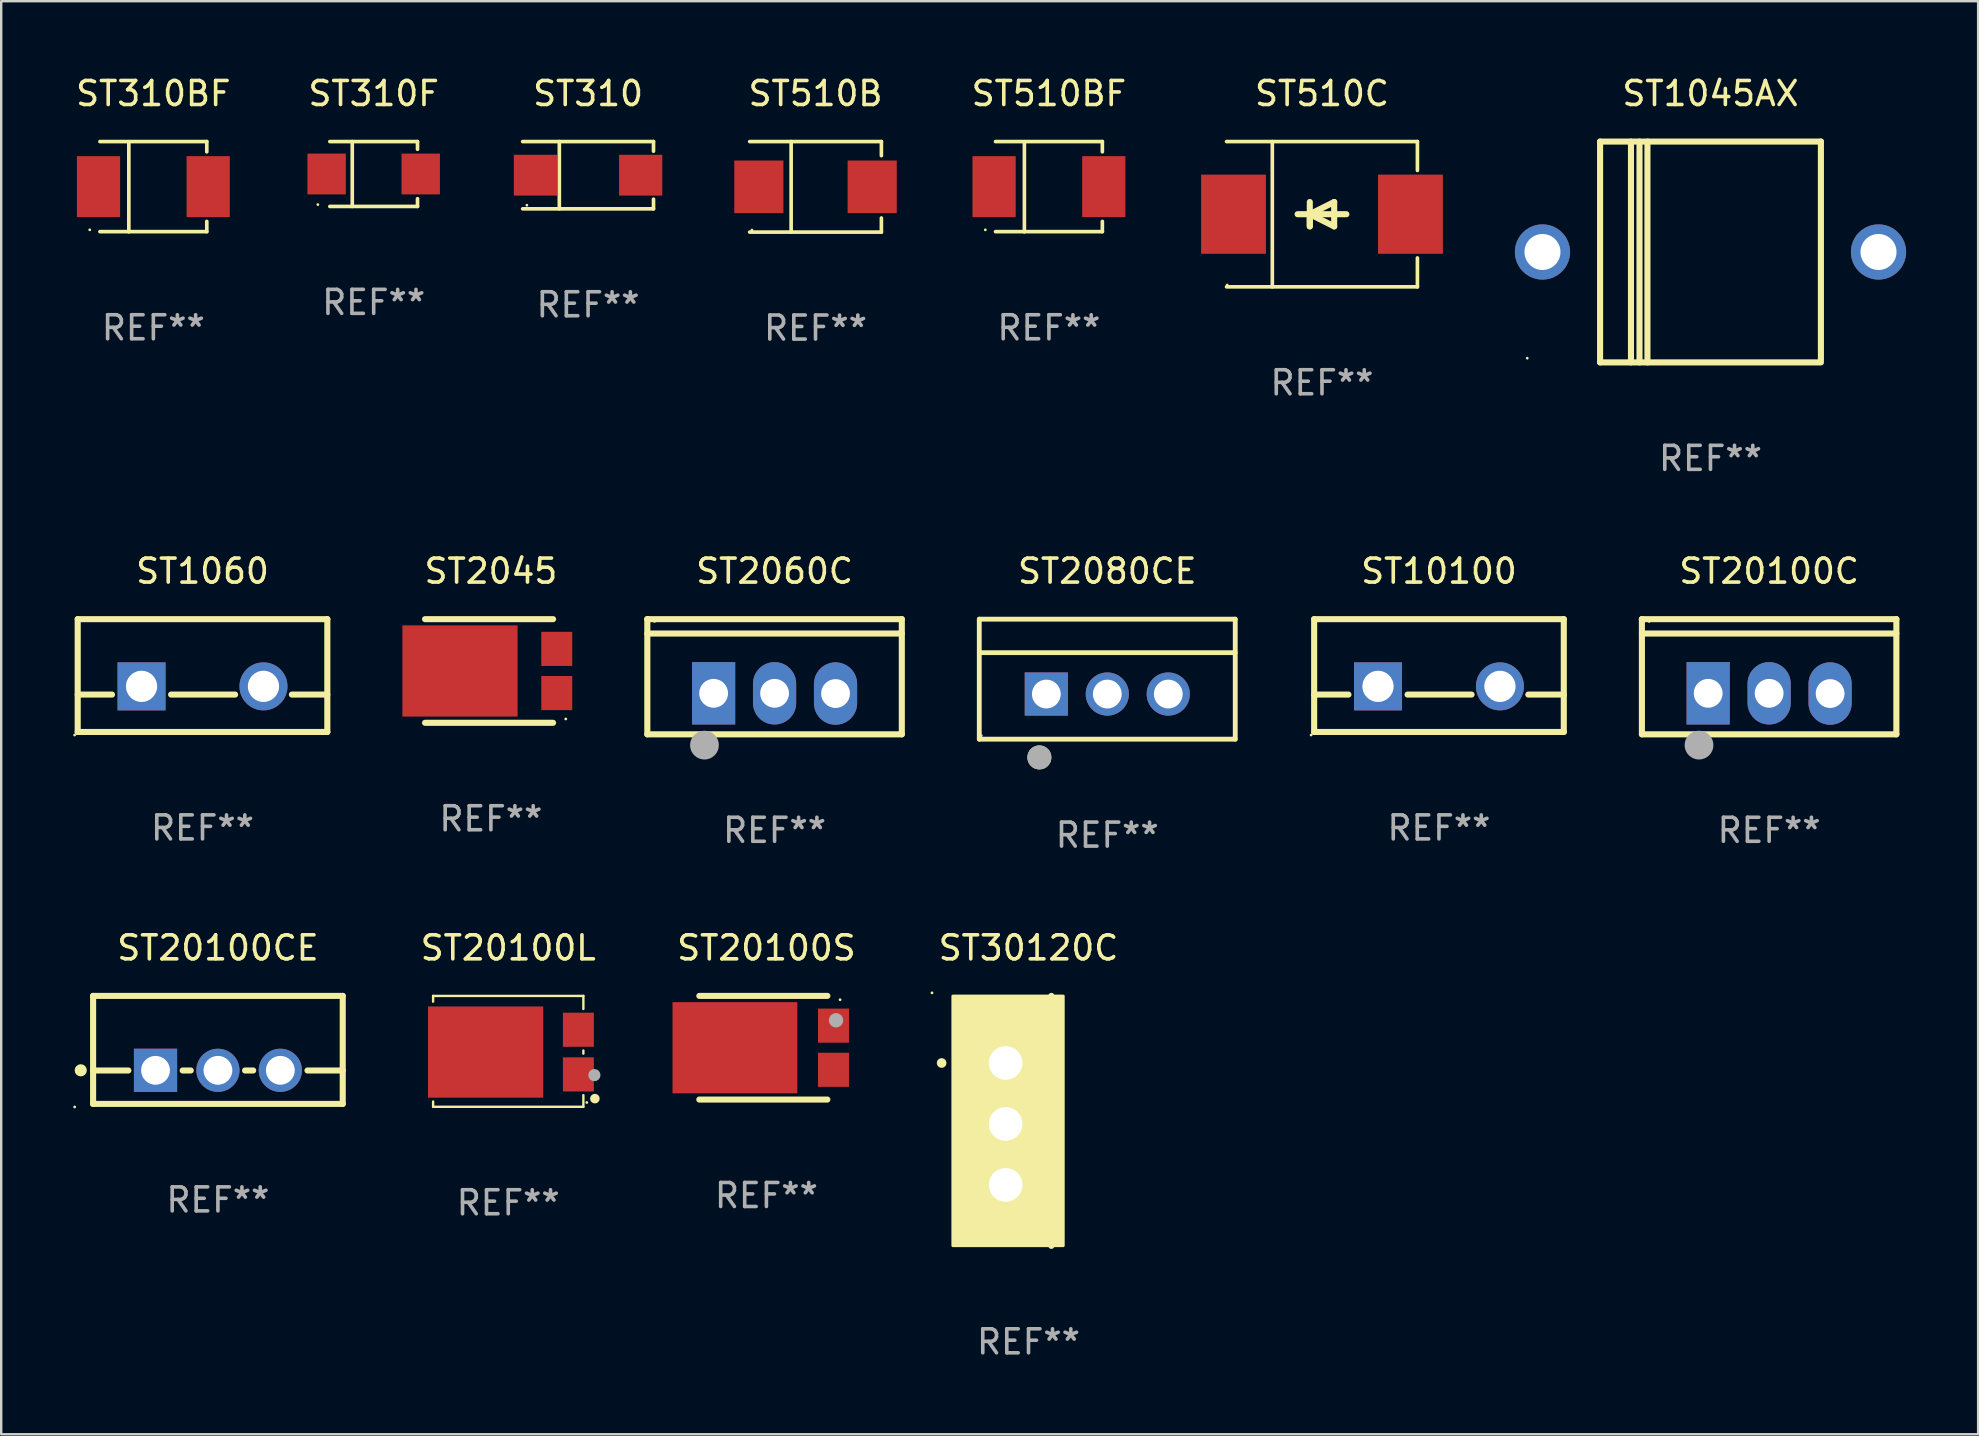
<source format=kicad_pcb>
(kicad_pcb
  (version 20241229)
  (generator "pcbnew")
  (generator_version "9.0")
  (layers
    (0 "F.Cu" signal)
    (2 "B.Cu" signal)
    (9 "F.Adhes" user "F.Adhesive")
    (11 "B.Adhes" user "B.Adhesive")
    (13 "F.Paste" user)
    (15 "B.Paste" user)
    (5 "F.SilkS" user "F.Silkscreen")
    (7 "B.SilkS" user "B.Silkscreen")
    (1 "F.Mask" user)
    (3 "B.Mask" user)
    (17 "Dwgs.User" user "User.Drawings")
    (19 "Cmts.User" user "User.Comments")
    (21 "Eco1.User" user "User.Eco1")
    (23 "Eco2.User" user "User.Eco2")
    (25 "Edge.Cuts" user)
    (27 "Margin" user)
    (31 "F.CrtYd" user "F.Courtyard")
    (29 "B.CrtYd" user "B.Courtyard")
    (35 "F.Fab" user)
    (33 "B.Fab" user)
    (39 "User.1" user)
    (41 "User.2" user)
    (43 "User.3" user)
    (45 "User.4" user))
  (footprint "ST2060C"
    (layer "F.Cu")
    (at 29.22 25.144)
    (property "Reference" "ST2060C" (at 0 -4.399 0) (layer "F.SilkS") (effects (font (size 1 1) (thickness 0.15))))
    (attr through_hole)
    (fp_line (start -5.301 -2.399) (end 5.301 -2.399) (stroke (width 0.254) (type solid)) (layer "F.SilkS"))
    (fp_line (start -5.301 -2.394) (end -5.301 -2.399) (stroke (width 0.254) (type solid)) (layer "F.SilkS"))
    (fp_line (start -5.301 2.399) (end -5.301 -2.394) (stroke (width 0.254) (type solid)) (layer "F.SilkS"))
    (fp_line (start 5.3 -1.8) (end -5.3 -1.8) (stroke (width 0.254) (type solid)) (layer "F.SilkS"))
    (fp_line (start 5.301 -2.399) (end 5.301 2.399) (stroke (width 0.254) (type solid)) (layer "F.SilkS"))
    (fp_line (start 5.301 2.399) (end -5.301 2.399) (stroke (width 0.254) (type solid)) (layer "F.SilkS"))
    (fp_arc (start -2.769977 3.025032) (mid -2.768707 3.025028) (end -2.767437 3.025032) (stroke (width 0.4) (type solid)) (layer "F.SilkS"))
    (fp_circle (center -5 -2.305) (end -4.97 -2.305) (stroke (width 0.06) (type solid)) (fill no) (layer "F.SilkS"))
    (fp_circle (center -2.921 2.849) (end -2.621 2.849) (stroke (width 0.6) (type solid)) (fill no) (layer "F.Fab"))
    (fp_text user "REF**" (at 0 6.399 0) (layer "F.Fab") (effects (font (size 1 1) (thickness 0.15))))
    (pad "1" thru_hole rect (at -2.54 0.69) (size 1.8 2.6) (drill 1.2) (layers "*.Cu" "*.Mask"))
    (pad "2" thru_hole oval (at 0 0.69) (size 1.8 2.6) (drill 1.2) (layers "*.Cu" "*.Mask"))
    (pad "3" thru_hole oval (at 2.54 0.7) (size 1.8 2.6) (drill 1.2) (layers "*.Cu" "*.Mask")))
  (footprint "ST510B"
    (layer "F.Cu")
    (at 30.926 4.734)
    (property "Reference" "ST510B" (at 0 -3.886 0) (layer "F.SilkS") (effects (font (size 1 1) (thickness 0.15))))
    (attr through_hole)
    (fp_line (start -2.744 -1.886) (end 2.744 -1.886) (stroke (width 0.152) (type solid)) (layer "F.SilkS"))
    (fp_line (start -2.744 1.886) (end 2.744 1.886) (stroke (width 0.152) (type solid)) (layer "F.SilkS"))
    (fp_line (start -1.016 -1.886) (end -1.016 1.886) (stroke (width 0.152) (type solid)) (layer "F.SilkS"))
    (fp_line (start 2.744 -1.886) (end 2.744 -1.299) (stroke (width 0.152) (type solid)) (layer "F.SilkS"))
    (fp_line (start 2.744 1.886) (end 2.744 1.299) (stroke (width 0.152) (type solid)) (layer "F.SilkS"))
    (fp_circle (center -2.65 1.8) (end -2.62 1.8) (stroke (width 0.06) (type solid)) (fill no) (layer "F.SilkS"))
    (fp_text user "REF**" (at 0 5.886 0) (layer "F.Fab") (effects (font (size 1 1) (thickness 0.15))))
    (pad "1" smd rect (at -2.361 0) (size 2.047 2.192) (layers "F.Cu" "F.Mask" "F.Paste"))
    (pad "2" smd rect (at 2.361 0) (size 2.047 2.192) (layers "F.Cu" "F.Mask" "F.Paste")))
  (footprint "ST310F"
    (layer "F.Cu")
    (at 12.518 4.199)
    (property "Reference" "ST310F" (at 0 -3.351 0) (layer "F.SilkS") (effects (font (size 1 1) (thickness 0.15))))
    (attr through_hole)
    (fp_line (start -1.826 -1.351) (end 1.826 -1.351) (stroke (width 0.152) (type solid)) (layer "F.SilkS"))
    (fp_line (start -1.826 1.351) (end 1.826 1.351) (stroke (width 0.152) (type solid)) (layer "F.SilkS"))
    (fp_line (start -0.892 -1.351) (end -0.892 1.351) (stroke (width 0.152) (type solid)) (layer "F.SilkS"))
    (fp_line (start 1.826 -1.351) (end 1.826 -1.03) (stroke (width 0.152) (type solid)) (layer "F.SilkS"))
    (fp_line (start 1.826 1.03) (end 1.826 1.351) (stroke (width 0.152) (type solid)) (layer "F.SilkS"))
    (fp_circle (center -2.325 1.275) (end -2.295 1.275) (stroke (width 0.06) (type solid)) (fill no) (layer "F.SilkS"))
    (fp_text user "REF**" (at 0 5.351 0) (layer "F.Fab") (effects (font (size 1 1) (thickness 0.15))))
    (pad "1" smd rect (at -1.96 0 180) (size 1.6 1.7) (layers "F.Cu" "F.Mask" "F.Paste"))
    (pad "2" smd rect (at 1.96 0 180) (size 1.6 1.7) (layers "F.Cu" "F.Mask" "F.Paste")))
  (footprint "ST510BF"
    (layer "F.Cu")
    (at 40.65 4.728)
    (property "Reference" "ST510BF" (at 0 -3.88 0) (layer "F.SilkS") (effects (font (size 1 1) (thickness 0.15))))
    (attr through_hole)
    (fp_line (start -2.226 -1.88) (end 2.226 -1.88) (stroke (width 0.152) (type solid)) (layer "F.SilkS"))
    (fp_line (start -2.226 1.873) (end 2.226 1.873) (stroke (width 0.152) (type solid)) (layer "F.SilkS"))
    (fp_line (start -1.022 -1.873) (end -1.022 1.88) (stroke (width 0.152) (type solid)) (layer "F.SilkS"))
    (fp_line (start 2.226 -1.88) (end 2.226 -1.453) (stroke (width 0.152) (type solid)) (layer "F.SilkS"))
    (fp_line (start 2.226 1.447) (end 2.226 1.873) (stroke (width 0.152) (type solid)) (layer "F.SilkS"))
    (fp_circle (center -2.65 1.797) (end -2.62 1.797) (stroke (width 0.06) (type solid)) (fill no) (layer "F.SilkS"))
    (fp_text user "REF**" (at 0 5.88 0) (layer "F.Fab") (effects (font (size 1 1) (thickness 0.15))))
    (pad "1" smd rect (at -2.285 -0.003) (size 1.8 2.54) (layers "F.Cu" "F.Mask" "F.Paste"))
    (pad "2" smd rect (at 2.285 -0.003) (size 1.8 2.54) (layers "F.Cu" "F.Mask" "F.Paste")))
  (footprint "ST2080CE"
    (layer "F.Cu")
    (at 43.08 25.245)
    (property "Reference" "ST2080CE" (at 0 -4.5 0) (layer "F.SilkS") (effects (font (size 1 1) (thickness 0.15))))
    (attr through_hole)
    (fp_line (start -5.332 2.5) (end -5.332 -2.5) (stroke (width 0.201) (type solid)) (layer "F.SilkS"))
    (fp_line (start -5.328 -2.5) (end 5.332 -2.5) (stroke (width 0.201) (type solid)) (layer "F.SilkS"))
    (fp_line (start -5.328 -1.104) (end 5.332 -1.104) (stroke (width 0.201) (type solid)) (layer "F.SilkS"))
    (fp_line (start 5.332 -2.5) (end 5.332 2.5) (stroke (width 0.201) (type solid)) (layer "F.SilkS"))
    (fp_line (start 5.332 2.5) (end -5.332 2.5) (stroke (width 0.201) (type solid)) (layer "F.SilkS"))
    (fp_circle (center -5.248 2.35) (end -5.218 2.35) (stroke (width 0.06) (type solid)) (fill no) (layer "F.SilkS"))
    (fp_circle (center -2.828 3.26) (end -2.578 3.26) (stroke (width 0.5) (type solid)) (fill no) (layer "F.SilkS"))
    (fp_circle (center -2.828 3.26) (end -2.578 3.26) (stroke (width 0.5) (type solid)) (fill no) (layer "F.Fab"))
    (fp_text user "REF**" (at 0 6.5 0) (layer "F.Fab") (effects (font (size 1 1) (thickness 0.15))))
    (pad "1" thru_hole rect (at -2.538 0.62) (size 1.8 1.8) (drill 1.2) (layers "*.Cu" "*.Mask"))
    (pad "2" thru_hole circle (at 0.002 0.62) (size 1.8 1.8) (drill 1.2) (layers "*.Cu" "*.Mask"))
    (pad "3" thru_hole circle (at 2.542 0.62) (size 1.8 1.8) (drill 1.2) (layers "*.Cu" "*.Mask")))
  (footprint "ST20100L"
    (layer "F.Cu")
    (at 18.124 40.751)
    (property "Reference" "ST20100L" (at 0 -4.31 0) (layer "F.SilkS") (effects (font (size 1 1) (thickness 0.15))))
    (attr through_hole)
    (fp_line (start -3.13 -2.31) (end 3.13 -2.31) (stroke (width 0.1) (type solid)) (layer "F.SilkS"))
    (fp_line (start -3.13 -2.07) (end -3.13 -2.31) (stroke (width 0.1) (type solid)) (layer "F.SilkS"))
    (fp_line (start -3.13 2.31) (end -3.13 2.09) (stroke (width 0.1) (type solid)) (layer "F.SilkS"))
    (fp_line (start 3.13 -2.31) (end 3.13 -1.765) (stroke (width 0.1) (type solid)) (layer "F.SilkS"))
    (fp_line (start 3.13 -0.035) (end 3.13 0.095) (stroke (width 0.1) (type solid)) (layer "F.SilkS"))
    (fp_line (start 3.13 1.825) (end 3.13 2.31) (stroke (width 0.1) (type solid)) (layer "F.SilkS"))
    (fp_line (start 3.13 2.31) (end -3.13 2.31) (stroke (width 0.1) (type solid)) (layer "F.SilkS"))
    (fp_circle (center 3.273 2.13) (end 3.303 2.13) (stroke (width 0.06) (type solid)) (fill no) (layer "F.SilkS"))
    (fp_circle (center 3.61 1.97) (end 3.71 1.97) (stroke (width 0.2) (type solid)) (fill no) (layer "F.SilkS"))
    (fp_circle (center 3.59 0.99) (end 3.717 0.99) (stroke (width 0.254) (type solid)) (fill no) (layer "F.Fab"))
    (fp_text user "REF**" (at 0 6.31 0) (layer "F.Fab") (effects (font (size 1 1) (thickness 0.15))))
    (pad "1" smd rect (at 2.923 0.96) (size 1.29 1.422) (layers "F.Cu" "F.Mask" "F.Paste"))
    (pad "2" smd rect (at -0.943 0.03 90) (size 3.8 4.8) (layers "F.Cu" "F.Mask" "F.Paste"))
    (pad "3" smd rect (at 2.923 -0.9) (size 1.29 1.422) (layers "F.Cu" "F.Mask" "F.Paste")))
  (footprint "ST310BF"
    (layer "F.Cu")
    (at 3.339 4.728)
    (property "Reference" "ST310BF" (at 0 -3.88 0) (layer "F.SilkS") (effects (font (size 1 1) (thickness 0.15))))
    (attr through_hole)
    (fp_line (start -2.226 -1.88) (end 2.226 -1.88) (stroke (width 0.152) (type solid)) (layer "F.SilkS"))
    (fp_line (start -2.226 1.873) (end 2.226 1.873) (stroke (width 0.152) (type solid)) (layer "F.SilkS"))
    (fp_line (start -1.022 -1.873) (end -1.022 1.88) (stroke (width 0.152) (type solid)) (layer "F.SilkS"))
    (fp_line (start 2.226 -1.88) (end 2.226 -1.453) (stroke (width 0.152) (type solid)) (layer "F.SilkS"))
    (fp_line (start 2.226 1.447) (end 2.226 1.873) (stroke (width 0.152) (type solid)) (layer "F.SilkS"))
    (fp_circle (center -2.65 1.797) (end -2.62 1.797) (stroke (width 0.06) (type solid)) (fill no) (layer "F.SilkS"))
    (fp_text user "REF**" (at 0 5.88 0) (layer "F.Fab") (effects (font (size 1 1) (thickness 0.15))))
    (pad "1" smd rect (at -2.285 -0.003) (size 1.8 2.54) (layers "F.Cu" "F.Mask" "F.Paste"))
    (pad "2" smd rect (at 2.285 -0.003) (size 1.8 2.54) (layers "F.Cu" "F.Mask" "F.Paste")))
  (footprint "ST20100CE"
    (layer "F.Cu")
    (at 6.029 40.691)
    (property "Reference" "ST20100CE" (at 0 -4.25 0) (layer "F.SilkS") (effects (font (size 1 1) (thickness 0.15))))
    (attr through_hole)
    (fp_line (start -5.2 -2.25) (end -5.2 2.25) (stroke (width 0.254) (type solid)) (layer "F.SilkS"))
    (fp_line (start -5.2 -2.25) (end 5.2 -2.25) (stroke (width 0.254) (type solid)) (layer "F.SilkS"))
    (fp_line (start -5.2 0.857) (end -3.731 0.857) (stroke (width 0.254) (type solid)) (layer "F.SilkS"))
    (fp_line (start -5.2 2.25) (end 5.2 2.25) (stroke (width 0.254) (type solid)) (layer "F.SilkS"))
    (fp_line (start -1.469 0.857) (end -1.131 0.857) (stroke (width 0.254) (type solid)) (layer "F.SilkS"))
    (fp_line (start 1.131 0.857) (end 1.469 0.857) (stroke (width 0.254) (type solid)) (layer "F.SilkS"))
    (fp_line (start 3.731 0.857) (end 5.2 0.857) (stroke (width 0.254) (type solid)) (layer "F.SilkS"))
    (fp_line (start 5.2 -2.25) (end 5.2 2.25) (stroke (width 0.254) (type solid)) (layer "F.SilkS"))
    (fp_circle (center -5.969 2.377) (end -5.939 2.377) (stroke (width 0.06) (type solid)) (fill no) (layer "F.SilkS"))
    (fp_circle (center -5.715 0.85) (end -5.588 0.85) (stroke (width 0.254) (type solid)) (fill no) (layer "F.SilkS"))
    (fp_text user "REF**" (at 0 6.25 0) (layer "F.Fab") (effects (font (size 1 1) (thickness 0.15))))
    (pad "1" thru_hole rect (at -2.6 0.85) (size 1.8 1.8) (drill 1.2) (layers "*.Cu" "*.Mask"))
    (pad "2" thru_hole circle (at 0 0.85) (size 1.8 1.8) (drill 1.2) (layers "*.Cu" "*.Mask"))
    (pad "3" thru_hole circle (at 2.6 0.85) (size 1.8 1.8) (drill 1.2) (layers "*.Cu" "*.Mask")))
  (footprint "ST1045AX"
    (layer "F.Cu")
    (at 68.212 7.448)
    (property "Reference" "ST1045AX" (at 0 -6.6 0) (layer "F.SilkS") (effects (font (size 1 1) (thickness 0.15))))
    (attr through_hole)
    (fp_line (start -4.6 -4.6) (end -4.6 4.6) (stroke (width 0.254) (type solid)) (layer "F.SilkS"))
    (fp_line (start -4.6 -4.6) (end 4.6 -4.6) (stroke (width 0.254) (type solid)) (layer "F.SilkS"))
    (fp_line (start -4.6 4.6) (end 4.6 4.6) (stroke (width 0.254) (type solid)) (layer "F.SilkS"))
    (fp_line (start -3.313 -4.6) (end -3.313 4.6) (stroke (width 0.254) (type solid)) (layer "F.SilkS"))
    (fp_line (start -2.957 -4.6) (end -2.957 4.6) (stroke (width 0.254) (type solid)) (layer "F.SilkS"))
    (fp_line (start -2.627 -4.6) (end -2.627 4.6) (stroke (width 0.254) (type solid)) (layer "F.SilkS"))
    (fp_line (start 4.6 -4.6) (end 4.6 4.5) (stroke (width 0.254) (type solid)) (layer "F.SilkS"))
    (fp_circle (center -7.635 4.425) (end -7.605 4.425) (stroke (width 0.06) (type solid)) (fill no) (layer "F.SilkS"))
    (fp_text user "REF**" (at 0 8.6 0) (layer "F.Fab") (effects (font (size 1 1) (thickness 0.15))))
    (pad "1" thru_hole circle (at -7 0) (size 2.3 2.3) (drill 1.5) (layers "*.Cu" "*.Mask"))
    (pad "2" thru_hole circle (at 7 0) (size 2.3 2.3) (drill 1.5) (layers "*.Cu" "*.Mask")))
  (footprint "ST20100C"
    (layer "F.Cu")
    (at 70.655 25.144)
    (property "Reference" "ST20100C" (at 0 -4.399 0) (layer "F.SilkS") (effects (font (size 1 1) (thickness 0.15))))
    (attr through_hole)
    (fp_line (start -5.301 -2.399) (end 5.301 -2.399) (stroke (width 0.254) (type solid)) (layer "F.SilkS"))
    (fp_line (start -5.301 -2.394) (end -5.301 -2.399) (stroke (width 0.254) (type solid)) (layer "F.SilkS"))
    (fp_line (start -5.301 2.399) (end -5.301 -2.394) (stroke (width 0.254) (type solid)) (layer "F.SilkS"))
    (fp_line (start 5.3 -1.8) (end -5.3 -1.8) (stroke (width 0.254) (type solid)) (layer "F.SilkS"))
    (fp_line (start 5.301 -2.399) (end 5.301 2.399) (stroke (width 0.254) (type solid)) (layer "F.SilkS"))
    (fp_line (start 5.301 2.399) (end -5.301 2.399) (stroke (width 0.254) (type solid)) (layer "F.SilkS"))
    (fp_arc (start -2.769977 3.025032) (mid -2.768707 3.025028) (end -2.767437 3.025032) (stroke (width 0.4) (type solid)) (layer "F.SilkS"))
    (fp_circle (center -5 -2.305) (end -4.97 -2.305) (stroke (width 0.06) (type solid)) (fill no) (layer "F.SilkS"))
    (fp_circle (center -2.921 2.849) (end -2.621 2.849) (stroke (width 0.6) (type solid)) (fill no) (layer "F.Fab"))
    (fp_text user "REF**" (at 0 6.399 0) (layer "F.Fab") (effects (font (size 1 1) (thickness 0.15))))
    (pad "1" thru_hole rect (at -2.54 0.69) (size 1.8 2.6) (drill 1.2) (layers "*.Cu" "*.Mask"))
    (pad "2" thru_hole oval (at 0 0.69) (size 1.8 2.6) (drill 1.2) (layers "*.Cu" "*.Mask"))
    (pad "3" thru_hole oval (at 2.54 0.7) (size 1.8 2.6) (drill 1.2) (layers "*.Cu" "*.Mask")))
  (footprint "ST310"
    (layer "F.Cu")
    (at 21.45 4.249)
    (property "Reference" "ST310" (at 0 -3.401 0) (layer "F.SilkS") (effects (font (size 1 1) (thickness 0.15))))
    (attr through_hole)
    (fp_line (start -2.726 -1.401) (end 2.726 -1.401) (stroke (width 0.152) (type solid)) (layer "F.SilkS"))
    (fp_line (start -2.726 1.401) (end 2.726 1.401) (stroke (width 0.152) (type solid)) (layer "F.SilkS"))
    (fp_line (start -1.197 -1.401) (end -1.197 1.401) (stroke (width 0.152) (type solid)) (layer "F.SilkS"))
    (fp_line (start 2.726 -1.401) (end 2.726 -1) (stroke (width 0.152) (type solid)) (layer "F.SilkS"))
    (fp_line (start 2.726 1.401) (end 2.726 1) (stroke (width 0.152) (type solid)) (layer "F.SilkS"))
    (fp_circle (center -2.55 1.25) (end -2.52 1.25) (stroke (width 0.06) (type solid)) (fill no) (layer "F.SilkS"))
    (fp_text user "REF**" (at 0 5.401 0) (layer "F.Fab") (effects (font (size 1 1) (thickness 0.15))))
    (pad "1" smd rect (at -2.192 0) (size 1.8 1.7) (layers "F.Cu" "F.Mask" "F.Paste"))
    (pad "2" smd rect (at 2.192 0) (size 1.8 1.7) (layers "F.Cu" "F.Mask" "F.Paste")))
  (footprint "ST2045"
    (layer "F.Cu")
    (at 17.402 24.904)
    (property "Reference" "ST2045" (at 0 -4.159 0) (layer "F.SilkS") (effects (font (size 1 1) (thickness 0.15))))
    (attr through_hole)
    (fp_line (start -2.744 2.159) (end 2.59 2.159) (stroke (width 0.254) (type solid)) (layer "F.SilkS"))
    (fp_line (start 2.59 -2.159) (end -2.744 -2.159) (stroke (width 0.254) (type solid)) (layer "F.SilkS"))
    (fp_circle (center 3.119 2) (end 3.149 2) (stroke (width 0.06) (type solid)) (fill no) (layer "F.SilkS"))
    (fp_text user "REF**" (at 0 6.159 0) (layer "F.Fab") (effects (font (size 1 1) (thickness 0.15))))
    (pad "1" smd rect (at 2.744 0.92) (size 1.29 1.422) (layers "F.Cu" "F.Mask" "F.Paste"))
    (pad "2" smd rect (at -1.288 0 90) (size 3.8 4.8) (layers "F.Cu" "F.Mask" "F.Paste"))
    (pad "3" smd rect (at 2.744 -0.92) (size 1.29 1.422) (layers "F.Cu" "F.Mask" "F.Paste")))
  (footprint "ST510C"
    (layer "F.Cu")
    (at 52.026 5.874)
    (property "Reference" "ST510C" (at 0 -5.026 0) (layer "F.SilkS") (effects (font (size 1 1) (thickness 0.15))))
    (attr through_hole)
    (fp_line (start -3.976 -3.026) (end 3.976 -3.026) (stroke (width 0.152) (type solid)) (layer "F.SilkS"))
    (fp_line (start -3.976 3.026) (end 3.976 3.026) (stroke (width 0.152) (type solid)) (layer "F.SilkS"))
    (fp_line (start -2.069 -3.026) (end -2.069 3.026) (stroke (width 0.152) (type solid)) (layer "F.SilkS"))
    (fp_line (start -0.508 0) (end -0.508 0.508) (stroke (width 0.254) (type solid)) (layer "F.SilkS"))
    (fp_line (start -0.508 0) (end 0.508 0.508) (stroke (width 0.254) (type solid)) (layer "F.SilkS"))
    (fp_line (start -0.508 0.508) (end -0.508 -0.508) (stroke (width 0.254) (type solid)) (layer "F.SilkS"))
    (fp_line (start 0.508 -0.508) (end -0.508 0) (stroke (width 0.254) (type solid)) (layer "F.SilkS"))
    (fp_line (start 0.508 0.508) (end 0.508 -0.508) (stroke (width 0.254) (type solid)) (layer "F.SilkS"))
    (fp_line (start 1.016 0) (end -1.016 0) (stroke (width 0.254) (type solid)) (layer "F.SilkS"))
    (fp_line (start 3.976 -3.026) (end 3.976 -1.823) (stroke (width 0.152) (type solid)) (layer "F.SilkS"))
    (fp_line (start 3.976 3.026) (end 3.976 1.823) (stroke (width 0.152) (type solid)) (layer "F.SilkS"))
    (fp_circle (center -3.95 2.95) (end -3.92 2.95) (stroke (width 0.06) (type solid)) (fill no) (layer "F.SilkS"))
    (fp_text user "REF**" (at 0 7.026 0) (layer "F.Fab") (effects (font (size 1 1) (thickness 0.15))))
    (pad "1" smd rect (at -3.686 0) (size 2.7 3.3) (layers "F.Cu" "F.Mask" "F.Paste"))
    (pad "2" smd rect (at 3.686 0) (size 2.7 3.3) (layers "F.Cu" "F.Mask" "F.Paste")))
  (footprint "ST10100"
    (layer "F.Cu")
    (at 56.9 25.095)
    (property "Reference" "ST10100" (at 0 -4.35 0) (layer "F.SilkS") (effects (font (size 1 1) (thickness 0.15))))
    (attr through_hole)
    (fp_line (start -5.2 -2.35) (end -5.2 2.35) (stroke (width 0.254) (type solid)) (layer "F.SilkS"))
    (fp_line (start -5.2 -2.35) (end 5.2 -2.35) (stroke (width 0.254) (type solid)) (layer "F.SilkS"))
    (fp_line (start -5.2 0.792) (end -3.771 0.792) (stroke (width 0.254) (type solid)) (layer "F.SilkS"))
    (fp_line (start -5.2 2.35) (end 5.2 2.35) (stroke (width 0.254) (type solid)) (layer "F.SilkS"))
    (fp_line (start -1.309 0.792) (end 1.357 0.792) (stroke (width 0.254) (type solid)) (layer "F.SilkS"))
    (fp_line (start 3.723 0.792) (end 5.2 0.792) (stroke (width 0.254) (type solid)) (layer "F.SilkS"))
    (fp_line (start 5.2 -2.35) (end 5.2 2.35) (stroke (width 0.254) (type solid)) (layer "F.SilkS"))
    (fp_circle (center -5.327 2.477) (end -5.297 2.477) (stroke (width 0.06) (type solid)) (fill no) (layer "F.SilkS"))
    (fp_text user "REF**" (at 0 6.35 0) (layer "F.Fab") (effects (font (size 1 1) (thickness 0.15))))
    (pad "1" thru_hole rect (at -2.54 0.45) (size 2 2) (drill 1.3) (layers "*.Cu" "*.Mask"))
    (pad "2" thru_hole circle (at 2.54 0.45) (size 2 2) (drill 1.3) (layers "*.Cu" "*.Mask")))
  (footprint "ST1060"
    (layer "F.Cu")
    (at 5.387 25.095)
    (property "Reference" "ST1060" (at 0 -4.35 0) (layer "F.SilkS") (effects (font (size 1 1) (thickness 0.15))))
    (attr through_hole)
    (fp_line (start -5.2 -2.35) (end -5.2 2.35) (stroke (width 0.254) (type solid)) (layer "F.SilkS"))
    (fp_line (start -5.2 -2.35) (end 5.2 -2.35) (stroke (width 0.254) (type solid)) (layer "F.SilkS"))
    (fp_line (start -5.2 0.792) (end -3.771 0.792) (stroke (width 0.254) (type solid)) (layer "F.SilkS"))
    (fp_line (start -5.2 2.35) (end 5.2 2.35) (stroke (width 0.254) (type solid)) (layer "F.SilkS"))
    (fp_line (start -1.309 0.792) (end 1.357 0.792) (stroke (width 0.254) (type solid)) (layer "F.SilkS"))
    (fp_line (start 3.723 0.792) (end 5.2 0.792) (stroke (width 0.254) (type solid)) (layer "F.SilkS"))
    (fp_line (start 5.2 -2.35) (end 5.2 2.35) (stroke (width 0.254) (type solid)) (layer "F.SilkS"))
    (fp_circle (center -5.327 2.477) (end -5.297 2.477) (stroke (width 0.06) (type solid)) (fill no) (layer "F.SilkS"))
    (fp_text user "REF**" (at 0 6.35 0) (layer "F.Fab") (effects (font (size 1 1) (thickness 0.15))))
    (pad "1" thru_hole rect (at -2.54 0.45) (size 2 2) (drill 1.3) (layers "*.Cu" "*.Mask"))
    (pad "2" thru_hole circle (at 2.54 0.45) (size 2 2) (drill 1.3) (layers "*.Cu" "*.Mask")))
  (footprint "ST30120C"
    (layer "F.Cu")
    (at 39.799 43.648)
    (property "Reference" "ST30120C" (at 0 -7.207 0) (layer "F.SilkS") (effects (font (size 1 1) (thickness 0.15))))
    (attr through_hole)
    (fp_line (start 0.953 5.207) (end 0.953 -5.207) (stroke (width 0.254) (type solid)) (layer "F.SilkS"))
    (fp_arc (start -3.619507 -2.410465) (mid -3.619511 -2.411735) (end -3.619507 -2.413005) (stroke (width 0.4) (type solid)) (layer "F.SilkS"))
    (fp_circle (center -4.02 -5.334) (end -3.99 -5.334) (stroke (width 0.06) (type solid)) (fill no) (layer "F.SilkS"))
    (fp_poly (pts (xy -3.152 -5.2) (xy 1.448 -5.2) (xy 1.448 5.2) (xy -3.152 5.2)) (stroke (width 0.12) (type solid)) (fill yes) (layer "F.SilkS"))
    (fp_text user "REF**" (at 0 9.207 0) (layer "F.Fab") (effects (font (size 1 1) (thickness 0.15))))
    (pad "1" thru_hole rect (at -0.953 -2.413 270) (size 2 2.5) (drill 1.4) (layers "*.Cu" "*.Mask"))
    (pad "2" thru_hole oval (at -0.953 0.127 270) (size 2 2.5) (drill 1.4) (layers "*.Cu" "*.Mask"))
    (pad "3" thru_hole oval (at -0.953 2.667 270) (size 2 2.5) (drill 1.4) (layers "*.Cu" "*.Mask")))
  (footprint "ST20100S"
    (layer "F.Cu")
    (at 28.88 40.6)
    (property "Reference" "ST20100S" (at 0 -4.159 0) (layer "F.SilkS") (effects (font (size 1 1) (thickness 0.15))))
    (attr through_hole)
    (fp_line (start -2.795 2.159) (end 2.539 2.159) (stroke (width 0.254) (type solid)) (layer "F.SilkS"))
    (fp_line (start 2.539 -2.159) (end -2.795 -2.159) (stroke (width 0.254) (type solid)) (layer "F.SilkS"))
    (fp_circle (center 3.069 -2) (end 3.099 -2) (stroke (width 0.06) (type solid)) (fill no) (layer "F.SilkS"))
    (fp_circle (center 2.901 -1.143) (end 3.051 -1.143) (stroke (width 0.3) (type solid)) (fill no) (layer "F.Fab"))
    (fp_text user "REF**" (at 0 6.159 0) (layer "F.Fab") (effects (font (size 1 1) (thickness 0.15))))
    (pad "1" smd rect (at 2.795 -0.92) (size 1.29 1.422) (layers "F.Cu" "F.Mask" "F.Paste"))
    (pad "2" smd rect (at 2.795 0.92) (size 1.29 1.422) (layers "F.Cu" "F.Mask" "F.Paste"))
    (pad "3" smd rect (at -1.312 0) (size 5.2 3.8) (layers "F.Cu" "F.Mask" "F.Paste")))
  (gr_rect
    (start -3 -3)
    (end 79.362 56.704)
    (stroke (width 0.1) (type default))
    (fill no)
    (layer "Edge.Cuts")))
</source>
